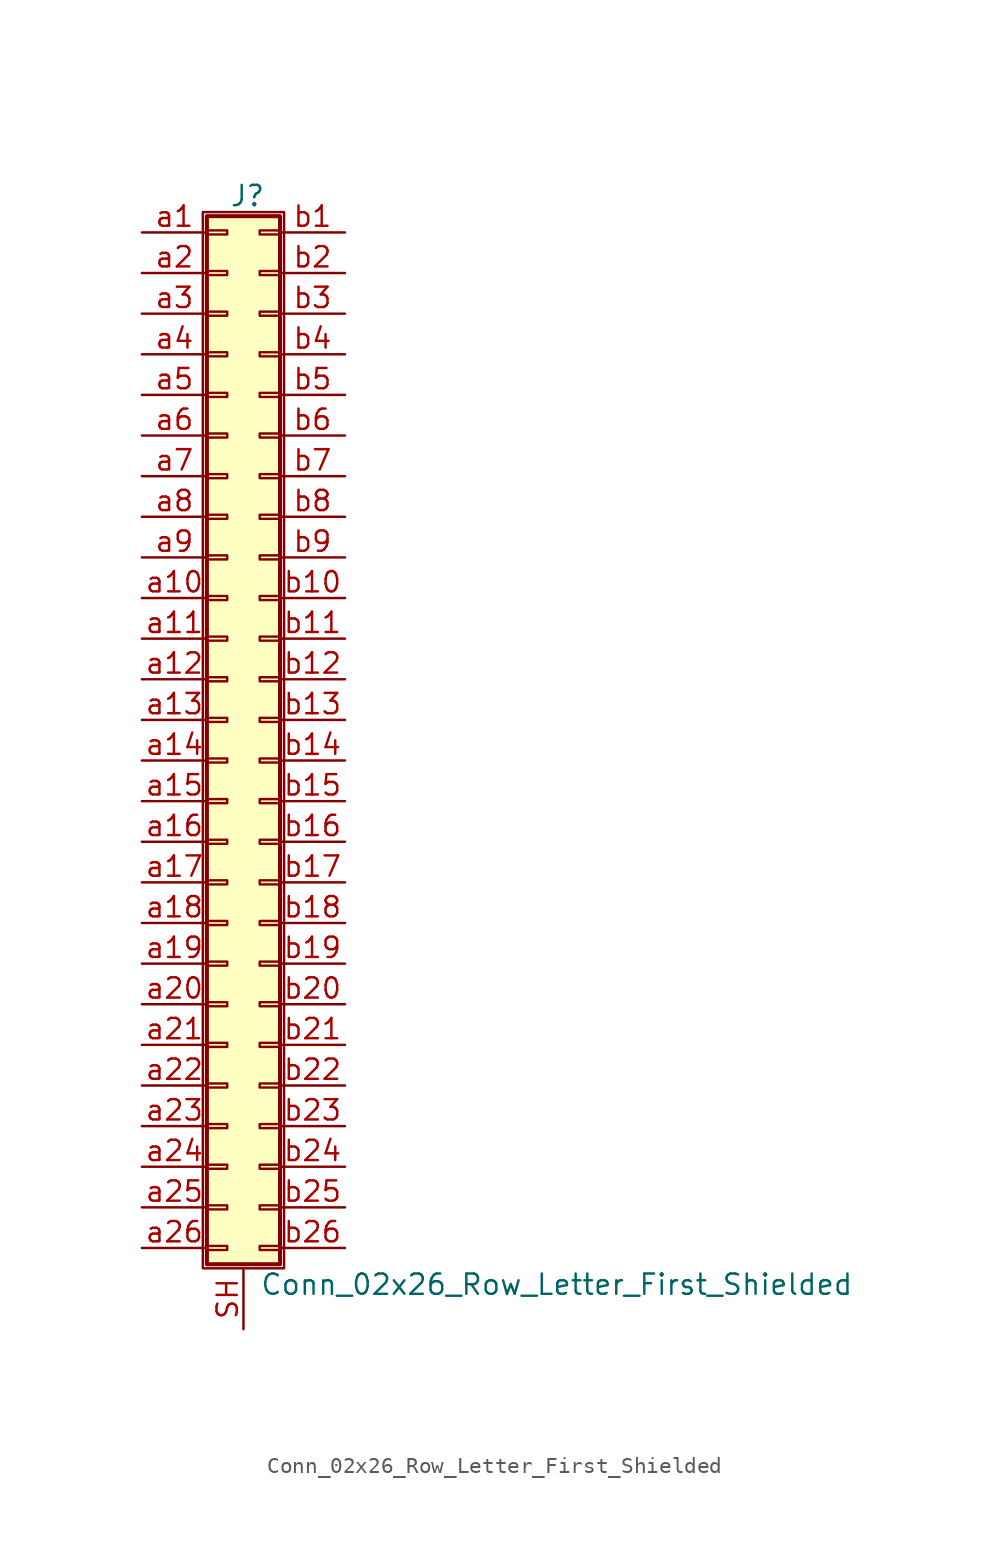
<source format=kicad_sym>
(kicad_symbol_lib
  (version 20201005)
  (generator kicad_symbol_editor)
  (symbol "Conn_02x26_Row_Letter_First_Shielded"
    (pin_names
      (offset 1.016) hide)
    (property "Reference" "J"
      (at 1.524 32.766 0)
      (effects (font (size 1.27 1.27))))
    (property "Value" "Conn_02x26_Row_Letter_First_Shielded"
      (at 2.286 -35.306 0)
      (effects (font (size 1.27 1.27)) (justify left)))
    (symbol "Conn_02x26_Row_Letter_First_Shielded_1_1"
      (rectangle (start -1.27 31.75) (end 3.81 -34.29) (stroke (width 0.152)) (fill (type none)))
      (rectangle (start -1.016 -32.893) (end 0.254 -33.147) (stroke (width 0.152)) (fill (type none)))
      (rectangle (start -1.016 -30.353) (end 0.254 -30.607) (stroke (width 0.152)) (fill (type none)))
      (rectangle (start -1.016 -27.813) (end 0.254 -28.067) (stroke (width 0.152)) (fill (type none)))
      (rectangle (start -1.016 -25.273) (end 0.254 -25.527) (stroke (width 0.152)) (fill (type none)))
      (rectangle (start -1.016 -22.733) (end 0.254 -22.987) (stroke (width 0.152)) (fill (type none)))
      (rectangle (start -1.016 -20.193) (end 0.254 -20.447) (stroke (width 0.152)) (fill (type none)))
      (rectangle (start -1.016 -17.653) (end 0.254 -17.907) (stroke (width 0.152)) (fill (type none)))
      (rectangle (start -1.016 -15.113) (end 0.254 -15.367) (stroke (width 0.152)) (fill (type none)))
      (rectangle (start -1.016 -12.573) (end 0.254 -12.827) (stroke (width 0.152)) (fill (type none)))
      (rectangle (start -1.016 -10.033) (end 0.254 -10.287) (stroke (width 0.152)) (fill (type none)))
      (rectangle (start -1.016 -7.493) (end 0.254 -7.747) (stroke (width 0.152)) (fill (type none)))
      (rectangle (start -1.016 -4.953) (end 0.254 -5.207) (stroke (width 0.152)) (fill (type none)))
      (rectangle (start -1.016 -2.413) (end 0.254 -2.667) (stroke (width 0.152)) (fill (type none)))
      (rectangle (start -1.016 0.127) (end 0.254 -0.127) (stroke (width 0.152)) (fill (type none)))
      (rectangle (start -1.016 2.667) (end 0.254 2.413) (stroke (width 0.152)) (fill (type none)))
      (rectangle (start -1.016 5.207) (end 0.254 4.953) (stroke (width 0.152)) (fill (type none)))
      (rectangle (start -1.016 7.747) (end 0.254 7.493) (stroke (width 0.152)) (fill (type none)))
      (rectangle (start -1.016 10.287) (end 0.254 10.033) (stroke (width 0.152)) (fill (type none)))
      (rectangle (start -1.016 12.827) (end 0.254 12.573) (stroke (width 0.152)) (fill (type none)))
      (rectangle (start -1.016 15.367) (end 0.254 15.113) (stroke (width 0.152)) (fill (type none)))
      (rectangle (start -1.016 17.907) (end 0.254 17.653) (stroke (width 0.152)) (fill (type none)))
      (rectangle (start -1.016 20.447) (end 0.254 20.193) (stroke (width 0.152)) (fill (type none)))
      (rectangle (start -1.016 22.987) (end 0.254 22.733) (stroke (width 0.152)) (fill (type none)))
      (rectangle (start -1.016 25.527) (end 0.254 25.273) (stroke (width 0.152)) (fill (type none)))
      (rectangle (start -1.016 28.067) (end 0.254 27.813) (stroke (width 0.152)) (fill (type none)))
      (rectangle (start -1.016 30.607) (end 0.254 30.353) (stroke (width 0.152)) (fill (type none)))
      (rectangle (start -1.016 31.496) (end 3.556 -34.036) (stroke (width 0.254)) (fill (type background)))
      (rectangle (start 3.556 -32.893) (end 2.286 -33.147) (stroke (width 0.152)) (fill (type none)))
      (rectangle (start 3.556 -30.353) (end 2.286 -30.607) (stroke (width 0.152)) (fill (type none)))
      (rectangle (start 3.556 -27.813) (end 2.286 -28.067) (stroke (width 0.152)) (fill (type none)))
      (rectangle (start 3.556 -25.273) (end 2.286 -25.527) (stroke (width 0.152)) (fill (type none)))
      (rectangle (start 3.556 -22.733) (end 2.286 -22.987) (stroke (width 0.152)) (fill (type none)))
      (rectangle (start 3.556 -20.193) (end 2.286 -20.447) (stroke (width 0.152)) (fill (type none)))
      (rectangle (start 3.556 -17.653) (end 2.286 -17.907) (stroke (width 0.152)) (fill (type none)))
      (rectangle (start 3.556 -15.113) (end 2.286 -15.367) (stroke (width 0.152)) (fill (type none)))
      (rectangle (start 3.556 -12.573) (end 2.286 -12.827) (stroke (width 0.152)) (fill (type none)))
      (rectangle (start 3.556 -10.033) (end 2.286 -10.287) (stroke (width 0.152)) (fill (type none)))
      (rectangle (start 3.556 -7.493) (end 2.286 -7.747) (stroke (width 0.152)) (fill (type none)))
      (rectangle (start 3.556 -4.953) (end 2.286 -5.207) (stroke (width 0.152)) (fill (type none)))
      (rectangle (start 3.556 -2.413) (end 2.286 -2.667) (stroke (width 0.152)) (fill (type none)))
      (rectangle (start 3.556 0.127) (end 2.286 -0.127) (stroke (width 0.152)) (fill (type none)))
      (rectangle (start 3.556 2.667) (end 2.286 2.413) (stroke (width 0.152)) (fill (type none)))
      (rectangle (start 3.556 5.207) (end 2.286 4.953) (stroke (width 0.152)) (fill (type none)))
      (rectangle (start 3.556 7.747) (end 2.286 7.493) (stroke (width 0.152)) (fill (type none)))
      (rectangle (start 3.556 10.287) (end 2.286 10.033) (stroke (width 0.152)) (fill (type none)))
      (rectangle (start 3.556 12.827) (end 2.286 12.573) (stroke (width 0.152)) (fill (type none)))
      (rectangle (start 3.556 15.367) (end 2.286 15.113) (stroke (width 0.152)) (fill (type none)))
      (rectangle (start 3.556 17.907) (end 2.286 17.653) (stroke (width 0.152)) (fill (type none)))
      (rectangle (start 3.556 20.447) (end 2.286 20.193) (stroke (width 0.152)) (fill (type none)))
      (rectangle (start 3.556 22.987) (end 2.286 22.733) (stroke (width 0.152)) (fill (type none)))
      (rectangle (start 3.556 25.527) (end 2.286 25.273) (stroke (width 0.152)) (fill (type none)))
      (rectangle (start 3.556 28.067) (end 2.286 27.813) (stroke (width 0.152)) (fill (type none)))
      (rectangle (start 3.556 30.607) (end 2.286 30.353) (stroke (width 0.152)) (fill (type none)))
      (pin passive line (at 1.27 -38.1 90) (length 3.81) (name "Shield" (effects (font (size 1.27 1.27)))) (number "SH" (effects (font (size 1.27 1.27)))))
      (pin passive line (at -5.08 30.48 0) (length 4.064) (name "Pin_a1" (effects (font (size 1.27 1.27)))) (number "a1" (effects (font (size 1.27 1.27)))))
      (pin passive line (at -5.08 7.62 0) (length 4.064) (name "Pin_a10" (effects (font (size 1.27 1.27)))) (number "a10" (effects (font (size 1.27 1.27)))))
      (pin passive line (at -5.08 5.08 0) (length 4.064) (name "Pin_a11" (effects (font (size 1.27 1.27)))) (number "a11" (effects (font (size 1.27 1.27)))))
      (pin passive line (at -5.08 2.54 0) (length 4.064) (name "Pin_a12" (effects (font (size 1.27 1.27)))) (number "a12" (effects (font (size 1.27 1.27)))))
      (pin passive line (at -5.08 0 0) (length 4.064) (name "Pin_a13" (effects (font (size 1.27 1.27)))) (number "a13" (effects (font (size 1.27 1.27)))))
      (pin passive line (at -5.08 -2.54 0) (length 4.064) (name "Pin_a14" (effects (font (size 1.27 1.27)))) (number "a14" (effects (font (size 1.27 1.27)))))
      (pin passive line (at -5.08 -5.08 0) (length 4.064) (name "Pin_a15" (effects (font (size 1.27 1.27)))) (number "a15" (effects (font (size 1.27 1.27)))))
      (pin passive line (at -5.08 -7.62 0) (length 4.064) (name "Pin_a16" (effects (font (size 1.27 1.27)))) (number "a16" (effects (font (size 1.27 1.27)))))
      (pin passive line (at -5.08 -10.16 0) (length 4.064) (name "Pin_a17" (effects (font (size 1.27 1.27)))) (number "a17" (effects (font (size 1.27 1.27)))))
      (pin passive line (at -5.08 -12.7 0) (length 4.064) (name "Pin_a18" (effects (font (size 1.27 1.27)))) (number "a18" (effects (font (size 1.27 1.27)))))
      (pin passive line (at -5.08 -15.24 0) (length 4.064) (name "Pin_a19" (effects (font (size 1.27 1.27)))) (number "a19" (effects (font (size 1.27 1.27)))))
      (pin passive line (at -5.08 27.94 0) (length 4.064) (name "Pin_a2" (effects (font (size 1.27 1.27)))) (number "a2" (effects (font (size 1.27 1.27)))))
      (pin passive line (at -5.08 -17.78 0) (length 4.064) (name "Pin_a20" (effects (font (size 1.27 1.27)))) (number "a20" (effects (font (size 1.27 1.27)))))
      (pin passive line (at -5.08 -20.32 0) (length 4.064) (name "Pin_a21" (effects (font (size 1.27 1.27)))) (number "a21" (effects (font (size 1.27 1.27)))))
      (pin passive line (at -5.08 -22.86 0) (length 4.064) (name "Pin_a22" (effects (font (size 1.27 1.27)))) (number "a22" (effects (font (size 1.27 1.27)))))
      (pin passive line (at -5.08 -25.4 0) (length 4.064) (name "Pin_a23" (effects (font (size 1.27 1.27)))) (number "a23" (effects (font (size 1.27 1.27)))))
      (pin passive line (at -5.08 -27.94 0) (length 4.064) (name "Pin_a24" (effects (font (size 1.27 1.27)))) (number "a24" (effects (font (size 1.27 1.27)))))
      (pin passive line (at -5.08 -30.48 0) (length 4.064) (name "Pin_a25" (effects (font (size 1.27 1.27)))) (number "a25" (effects (font (size 1.27 1.27)))))
      (pin passive line (at -5.08 -33.02 0) (length 4.064) (name "Pin_a26" (effects (font (size 1.27 1.27)))) (number "a26" (effects (font (size 1.27 1.27)))))
      (pin passive line (at -5.08 25.4 0) (length 4.064) (name "Pin_a3" (effects (font (size 1.27 1.27)))) (number "a3" (effects (font (size 1.27 1.27)))))
      (pin passive line (at -5.08 22.86 0) (length 4.064) (name "Pin_a4" (effects (font (size 1.27 1.27)))) (number "a4" (effects (font (size 1.27 1.27)))))
      (pin passive line (at -5.08 20.32 0) (length 4.064) (name "Pin_a5" (effects (font (size 1.27 1.27)))) (number "a5" (effects (font (size 1.27 1.27)))))
      (pin passive line (at -5.08 17.78 0) (length 4.064) (name "Pin_a6" (effects (font (size 1.27 1.27)))) (number "a6" (effects (font (size 1.27 1.27)))))
      (pin passive line (at -5.08 15.24 0) (length 4.064) (name "Pin_a7" (effects (font (size 1.27 1.27)))) (number "a7" (effects (font (size 1.27 1.27)))))
      (pin passive line (at -5.08 12.7 0) (length 4.064) (name "Pin_a8" (effects (font (size 1.27 1.27)))) (number "a8" (effects (font (size 1.27 1.27)))))
      (pin passive line (at -5.08 10.16 0) (length 4.064) (name "Pin_a9" (effects (font (size 1.27 1.27)))) (number "a9" (effects (font (size 1.27 1.27)))))
      (pin passive line (at 7.62 30.48 180) (length 4.064) (name "Pin_b1" (effects (font (size 1.27 1.27)))) (number "b1" (effects (font (size 1.27 1.27)))))
      (pin passive line (at 7.62 7.62 180) (length 4.064) (name "Pin_b10" (effects (font (size 1.27 1.27)))) (number "b10" (effects (font (size 1.27 1.27)))))
      (pin passive line (at 7.62 5.08 180) (length 4.064) (name "Pin_b11" (effects (font (size 1.27 1.27)))) (number "b11" (effects (font (size 1.27 1.27)))))
      (pin passive line (at 7.62 2.54 180) (length 4.064) (name "Pin_b12" (effects (font (size 1.27 1.27)))) (number "b12" (effects (font (size 1.27 1.27)))))
      (pin passive line (at 7.62 0 180) (length 4.064) (name "Pin_b13" (effects (font (size 1.27 1.27)))) (number "b13" (effects (font (size 1.27 1.27)))))
      (pin passive line (at 7.62 -2.54 180) (length 4.064) (name "Pin_b14" (effects (font (size 1.27 1.27)))) (number "b14" (effects (font (size 1.27 1.27)))))
      (pin passive line (at 7.62 -5.08 180) (length 4.064) (name "Pin_b15" (effects (font (size 1.27 1.27)))) (number "b15" (effects (font (size 1.27 1.27)))))
      (pin passive line (at 7.62 -7.62 180) (length 4.064) (name "Pin_b16" (effects (font (size 1.27 1.27)))) (number "b16" (effects (font (size 1.27 1.27)))))
      (pin passive line (at 7.62 -10.16 180) (length 4.064) (name "Pin_b17" (effects (font (size 1.27 1.27)))) (number "b17" (effects (font (size 1.27 1.27)))))
      (pin passive line (at 7.62 -12.7 180) (length 4.064) (name "Pin_b18" (effects (font (size 1.27 1.27)))) (number "b18" (effects (font (size 1.27 1.27)))))
      (pin passive line (at 7.62 -15.24 180) (length 4.064) (name "Pin_b19" (effects (font (size 1.27 1.27)))) (number "b19" (effects (font (size 1.27 1.27)))))
      (pin passive line (at 7.62 27.94 180) (length 4.064) (name "Pin_b2" (effects (font (size 1.27 1.27)))) (number "b2" (effects (font (size 1.27 1.27)))))
      (pin passive line (at 7.62 -17.78 180) (length 4.064) (name "Pin_b20" (effects (font (size 1.27 1.27)))) (number "b20" (effects (font (size 1.27 1.27)))))
      (pin passive line (at 7.62 -20.32 180) (length 4.064) (name "Pin_b21" (effects (font (size 1.27 1.27)))) (number "b21" (effects (font (size 1.27 1.27)))))
      (pin passive line (at 7.62 -22.86 180) (length 4.064) (name "Pin_b22" (effects (font (size 1.27 1.27)))) (number "b22" (effects (font (size 1.27 1.27)))))
      (pin passive line (at 7.62 -25.4 180) (length 4.064) (name "Pin_b23" (effects (font (size 1.27 1.27)))) (number "b23" (effects (font (size 1.27 1.27)))))
      (pin passive line (at 7.62 -27.94 180) (length 4.064) (name "Pin_b24" (effects (font (size 1.27 1.27)))) (number "b24" (effects (font (size 1.27 1.27)))))
      (pin passive line (at 7.62 -30.48 180) (length 4.064) (name "Pin_b25" (effects (font (size 1.27 1.27)))) (number "b25" (effects (font (size 1.27 1.27)))))
      (pin passive line (at 7.62 -33.02 180) (length 4.064) (name "Pin_b26" (effects (font (size 1.27 1.27)))) (number "b26" (effects (font (size 1.27 1.27)))))
      (pin passive line (at 7.62 25.4 180) (length 4.064) (name "Pin_b3" (effects (font (size 1.27 1.27)))) (number "b3" (effects (font (size 1.27 1.27)))))
      (pin passive line (at 7.62 22.86 180) (length 4.064) (name "Pin_b4" (effects (font (size 1.27 1.27)))) (number "b4" (effects (font (size 1.27 1.27)))))
      (pin passive line (at 7.62 20.32 180) (length 4.064) (name "Pin_b5" (effects (font (size 1.27 1.27)))) (number "b5" (effects (font (size 1.27 1.27)))))
      (pin passive line (at 7.62 17.78 180) (length 4.064) (name "Pin_b6" (effects (font (size 1.27 1.27)))) (number "b6" (effects (font (size 1.27 1.27)))))
      (pin passive line (at 7.62 15.24 180) (length 4.064) (name "Pin_b7" (effects (font (size 1.27 1.27)))) (number "b7" (effects (font (size 1.27 1.27)))))
      (pin passive line (at 7.62 12.7 180) (length 4.064) (name "Pin_b8" (effects (font (size 1.27 1.27)))) (number "b8" (effects (font (size 1.27 1.27)))))
      (pin passive line (at 7.62 10.16 180) (length 4.064) (name "Pin_b9" (effects (font (size 1.27 1.27)))) (number "b9" (effects (font (size 1.27 1.27))))))))
</source>
